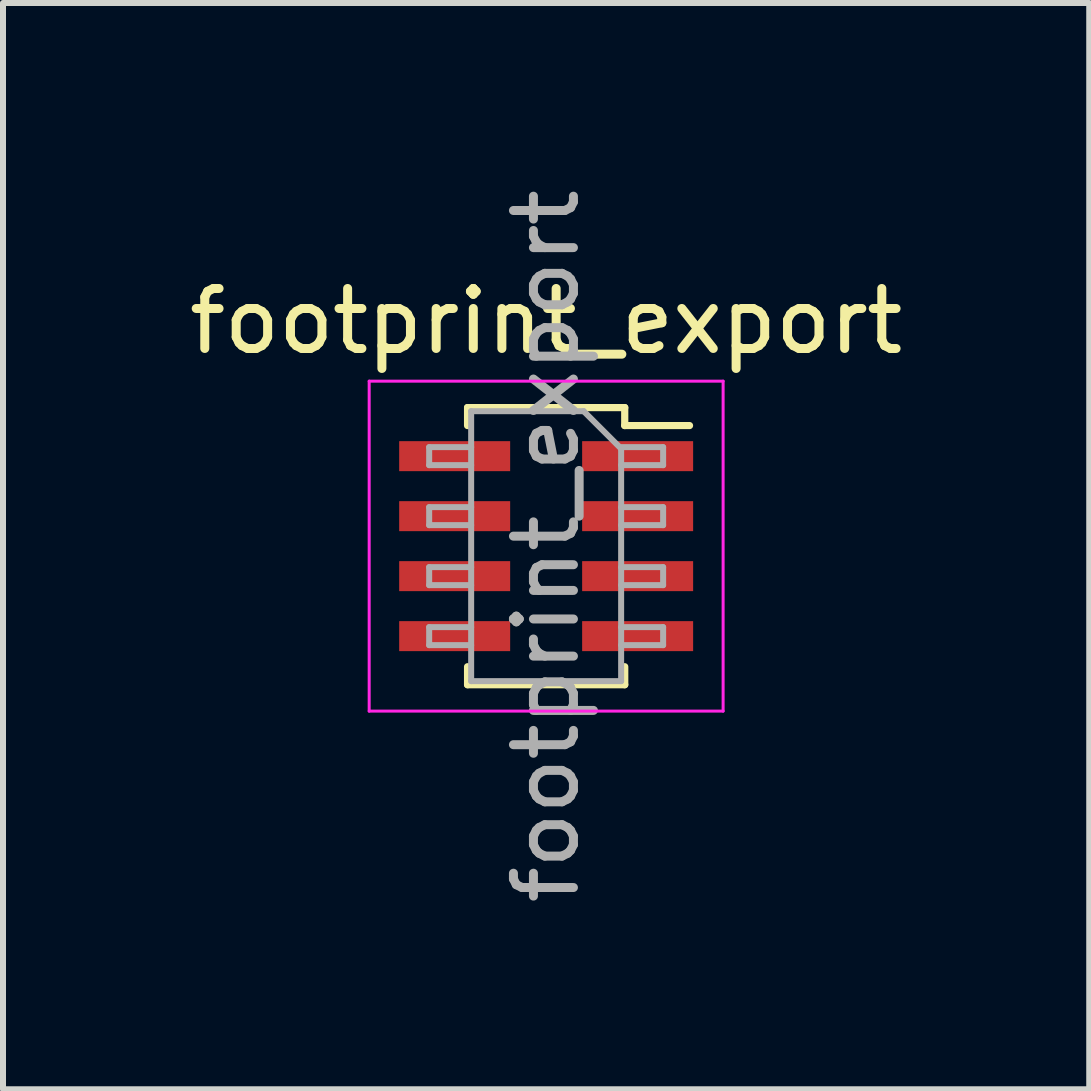
<source format=kicad_pcb>
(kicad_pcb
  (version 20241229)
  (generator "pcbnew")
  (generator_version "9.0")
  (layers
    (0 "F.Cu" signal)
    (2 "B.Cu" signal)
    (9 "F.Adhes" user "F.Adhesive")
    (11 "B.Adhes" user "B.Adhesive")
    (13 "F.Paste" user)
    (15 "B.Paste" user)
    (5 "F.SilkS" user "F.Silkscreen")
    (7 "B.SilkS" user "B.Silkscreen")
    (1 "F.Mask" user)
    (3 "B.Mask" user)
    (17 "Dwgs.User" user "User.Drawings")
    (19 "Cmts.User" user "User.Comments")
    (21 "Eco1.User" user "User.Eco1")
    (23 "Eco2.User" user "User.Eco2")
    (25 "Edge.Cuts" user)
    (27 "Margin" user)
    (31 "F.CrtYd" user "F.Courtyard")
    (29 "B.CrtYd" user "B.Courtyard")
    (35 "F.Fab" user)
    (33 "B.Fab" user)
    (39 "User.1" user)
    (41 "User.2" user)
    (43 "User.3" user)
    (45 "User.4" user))
  (footprint "footprint_export"
    (layer "F.Cu")
    (at 6.054 6.054)
    (property "Reference" "footprint_export" (at 0 -3.75 0) (layer "F.SilkS") (effects (font (size 1 1) (thickness 0.15))))
    (attr smd)
    (fp_line (start -1.31 -2.31) (end -1.31 -2.01) (stroke (width 0.12) (type solid)) (layer "F.SilkS"))
    (fp_line (start -1.31 -2.31) (end 1.31 -2.31) (stroke (width 0.12) (type solid)) (layer "F.SilkS"))
    (fp_line (start -1.31 2.01) (end -1.31 2.31) (stroke (width 0.12) (type solid)) (layer "F.SilkS"))
    (fp_line (start -1.31 2.31) (end 1.31 2.31) (stroke (width 0.12) (type solid)) (layer "F.SilkS"))
    (fp_line (start 1.31 -2.31) (end 1.31 -2.01) (stroke (width 0.12) (type solid)) (layer "F.SilkS"))
    (fp_line (start 1.31 -2.01) (end 2.39 -2.01) (stroke (width 0.12) (type solid)) (layer "F.SilkS"))
    (fp_line (start 1.31 2.01) (end 1.31 2.31) (stroke (width 0.12) (type solid)) (layer "F.SilkS"))
    (fp_line (start -2.95 -2.75) (end 2.95 -2.75) (stroke (width 0.05) (type solid)) (layer "F.CrtYd"))
    (fp_line (start -2.95 2.75) (end -2.95 -2.75) (stroke (width 0.05) (type solid)) (layer "F.CrtYd"))
    (fp_line (start 2.95 -2.75) (end 2.95 2.75) (stroke (width 0.05) (type solid)) (layer "F.CrtYd"))
    (fp_line (start 2.95 2.75) (end -2.95 2.75) (stroke (width 0.05) (type solid)) (layer "F.CrtYd"))
    (fp_line (start -1.95 -1.65) (end -1.25 -1.65) (stroke (width 0.1) (type solid)) (layer "F.Fab"))
    (fp_line (start -1.95 -1.35) (end -1.95 -1.65) (stroke (width 0.1) (type solid)) (layer "F.Fab"))
    (fp_line (start -1.95 -0.65) (end -1.25 -0.65) (stroke (width 0.1) (type solid)) (layer "F.Fab"))
    (fp_line (start -1.95 -0.35) (end -1.95 -0.65) (stroke (width 0.1) (type solid)) (layer "F.Fab"))
    (fp_line (start -1.95 0.35) (end -1.25 0.35) (stroke (width 0.1) (type solid)) (layer "F.Fab"))
    (fp_line (start -1.95 0.65) (end -1.95 0.35) (stroke (width 0.1) (type solid)) (layer "F.Fab"))
    (fp_line (start -1.95 1.35) (end -1.25 1.35) (stroke (width 0.1) (type solid)) (layer "F.Fab"))
    (fp_line (start -1.95 1.65) (end -1.95 1.35) (stroke (width 0.1) (type solid)) (layer "F.Fab"))
    (fp_line (start -1.25 -2.25) (end 0.625 -2.25) (stroke (width 0.1) (type solid)) (layer "F.Fab"))
    (fp_line (start -1.25 -1.35) (end -1.95 -1.35) (stroke (width 0.1) (type solid)) (layer "F.Fab"))
    (fp_line (start -1.25 -0.35) (end -1.95 -0.35) (stroke (width 0.1) (type solid)) (layer "F.Fab"))
    (fp_line (start -1.25 0.65) (end -1.95 0.65) (stroke (width 0.1) (type solid)) (layer "F.Fab"))
    (fp_line (start -1.25 1.65) (end -1.95 1.65) (stroke (width 0.1) (type solid)) (layer "F.Fab"))
    (fp_line (start -1.25 2.25) (end -1.25 -2.25) (stroke (width 0.1) (type solid)) (layer "F.Fab"))
    (fp_line (start 0.625 -2.25) (end 1.25 -1.625) (stroke (width 0.1) (type solid)) (layer "F.Fab"))
    (fp_line (start 1.25 -1.65) (end 1.95 -1.65) (stroke (width 0.1) (type solid)) (layer "F.Fab"))
    (fp_line (start 1.25 -1.625) (end 1.25 2.25) (stroke (width 0.1) (type solid)) (layer "F.Fab"))
    (fp_line (start 1.25 -0.65) (end 1.95 -0.65) (stroke (width 0.1) (type solid)) (layer "F.Fab"))
    (fp_line (start 1.25 0.35) (end 1.95 0.35) (stroke (width 0.1) (type solid)) (layer "F.Fab"))
    (fp_line (start 1.25 1.35) (end 1.95 1.35) (stroke (width 0.1) (type solid)) (layer "F.Fab"))
    (fp_line (start 1.25 2.25) (end -1.25 2.25) (stroke (width 0.1) (type solid)) (layer "F.Fab"))
    (fp_line (start 1.95 -1.65) (end 1.95 -1.35) (stroke (width 0.1) (type solid)) (layer "F.Fab"))
    (fp_line (start 1.95 -1.35) (end 1.25 -1.35) (stroke (width 0.1) (type solid)) (layer "F.Fab"))
    (fp_line (start 1.95 -0.65) (end 1.95 -0.35) (stroke (width 0.1) (type solid)) (layer "F.Fab"))
    (fp_line (start 1.95 -0.35) (end 1.25 -0.35) (stroke (width 0.1) (type solid)) (layer "F.Fab"))
    (fp_line (start 1.95 0.35) (end 1.95 0.65) (stroke (width 0.1) (type solid)) (layer "F.Fab"))
    (fp_line (start 1.95 0.65) (end 1.25 0.65) (stroke (width 0.1) (type solid)) (layer "F.Fab"))
    (fp_line (start 1.95 1.35) (end 1.95 1.65) (stroke (width 0.1) (type solid)) (layer "F.Fab"))
    (fp_line (start 1.95 1.65) (end 1.25 1.65) (stroke (width 0.1) (type solid)) (layer "F.Fab"))
    (fp_text user "${REFERENCE}" (at 0 0 90) (layer "F.Fab") (effects (font (size 1 1) (thickness 0.15))))
    (pad "1" smd rect (at 1.525 -1.5) (size 1.85 0.5) (layers "F.Cu" "F.Mask" "F.Paste"))
    (pad "2" smd rect (at -1.525 -1.5) (size 1.85 0.5) (layers "F.Cu" "F.Mask" "F.Paste"))
    (pad "3" smd rect (at 1.525 -0.5) (size 1.85 0.5) (layers "F.Cu" "F.Mask" "F.Paste"))
    (pad "4" smd rect (at -1.525 -0.5) (size 1.85 0.5) (layers "F.Cu" "F.Mask" "F.Paste"))
    (pad "5" smd rect (at 1.525 0.5) (size 1.85 0.5) (layers "F.Cu" "F.Mask" "F.Paste"))
    (pad "6" smd rect (at -1.525 0.5) (size 1.85 0.5) (layers "F.Cu" "F.Mask" "F.Paste"))
    (pad "7" smd rect (at 1.525 1.5) (size 1.85 0.5) (layers "F.Cu" "F.Mask" "F.Paste"))
    (pad "8" smd rect (at -1.525 1.5) (size 1.85 0.5) (layers "F.Cu" "F.Mask" "F.Paste")))
  (gr_rect
    (start -3 -3)
    (end 15.107 15.107)
    (stroke (width 0.1) (type default))
    (fill no)
    (layer "Edge.Cuts")))
</source>
